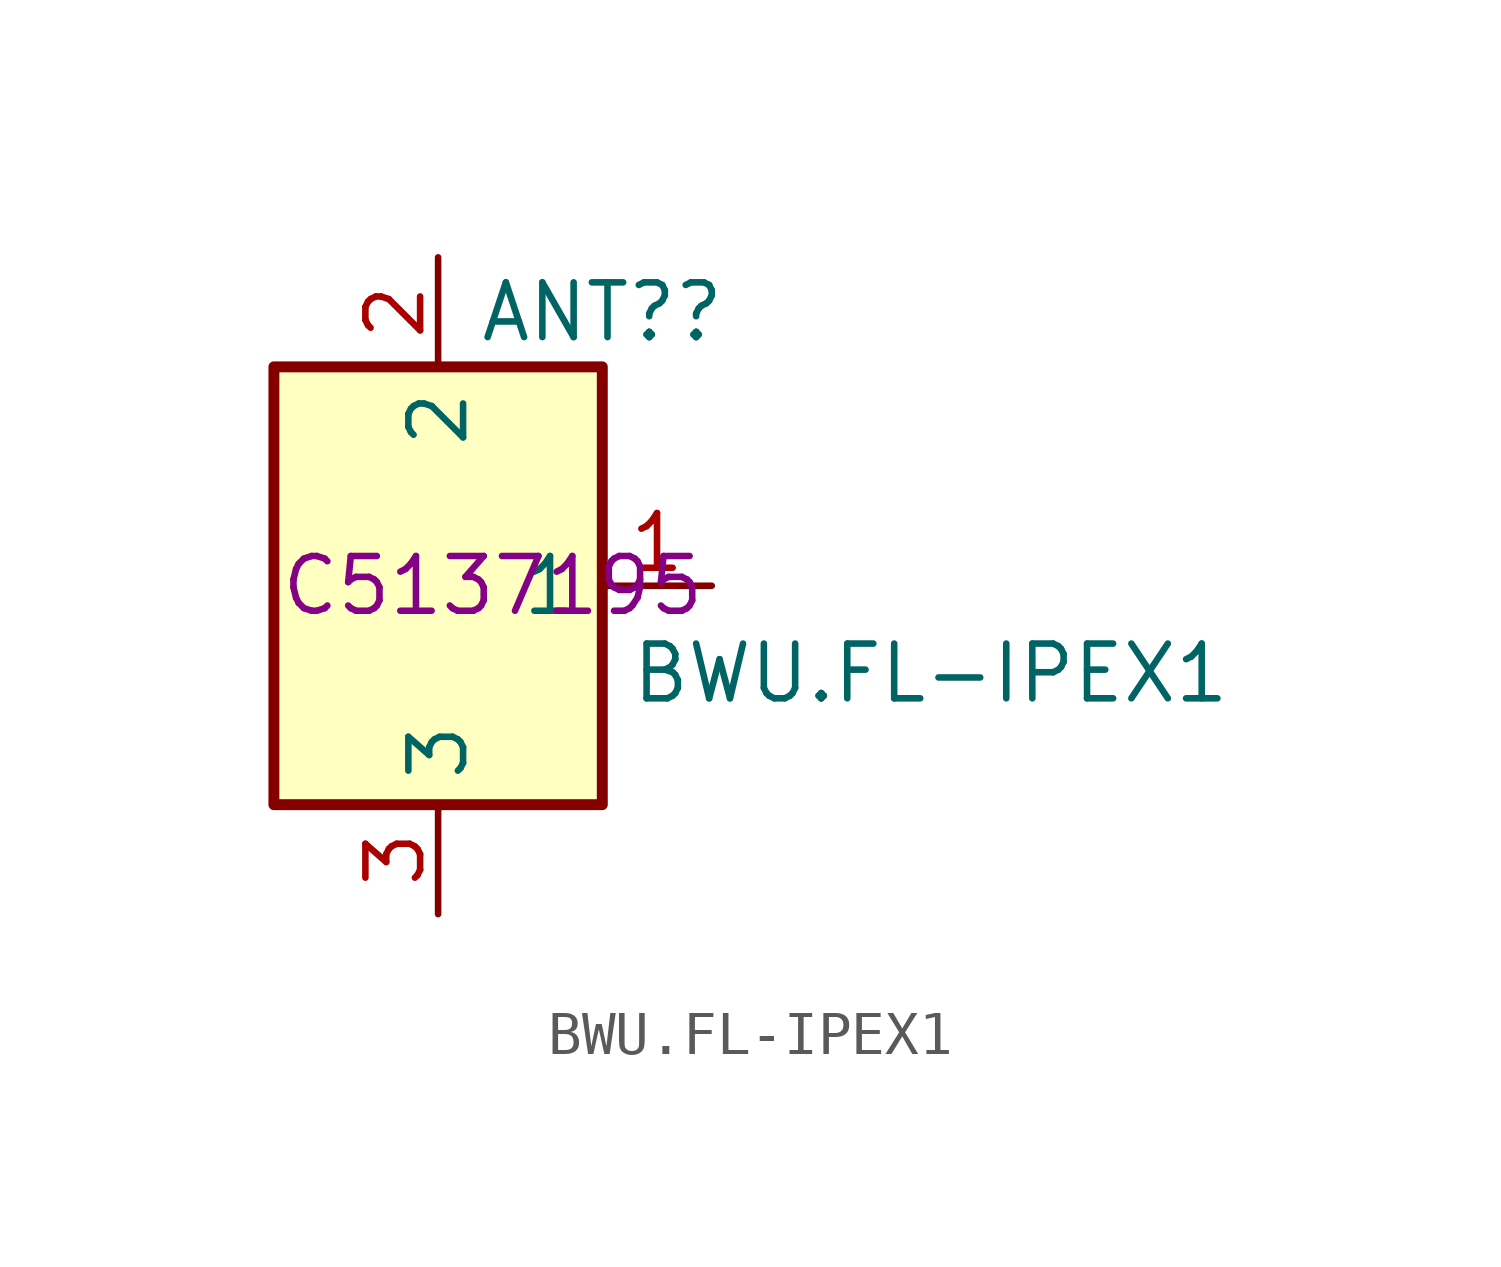
<source format=kicad_sym>
(kicad_symbol_lib
  (version 20231120)
  (generator "kicad_symbol_editor")
  (generator_version "8.0")
  (symbol "BWU.FL-IPEX1"
    (property "Reference" "ANT?"
      (at 2.54 6.35 0)
      (effects (font (size 1.27 1.27))))
    (property "Value" "BWU.FL-IPEX1"
      (at 10.16 -2.032 0)
      (effects (font (size 1.27 1.27))))
    (property "LCSC" "C5137195"
      (at 0 0 0)
      (effects (font (size 1.27 1.27))))
    (symbol "BWU.FL-IPEX1_0_0"
      (pin passive line (at 5.08 0 180) (length 2.54) (name "1" (effects (font (size 1.27 1.27)))) (number "1" (effects (font (size 1.27 1.27)))))
      (pin passive line (at -1.27 7.62 270) (length 2.54) (name "2" (effects (font (size 1.27 1.27)))) (number "2" (effects (font (size 1.27 1.27)))))
      (pin passive line (at -1.27 -7.62 90) (length 2.54) (name "3" (effects (font (size 1.27 1.27)))) (number "3" (effects (font (size 1.27 1.27))))))
    (symbol "BWU.FL-IPEX1_1_0"
      (rectangle (start -5.08 5.08) (end 2.54 -5.08) (stroke (width 0.254) (type solid)) (fill (type background))))))
</source>
